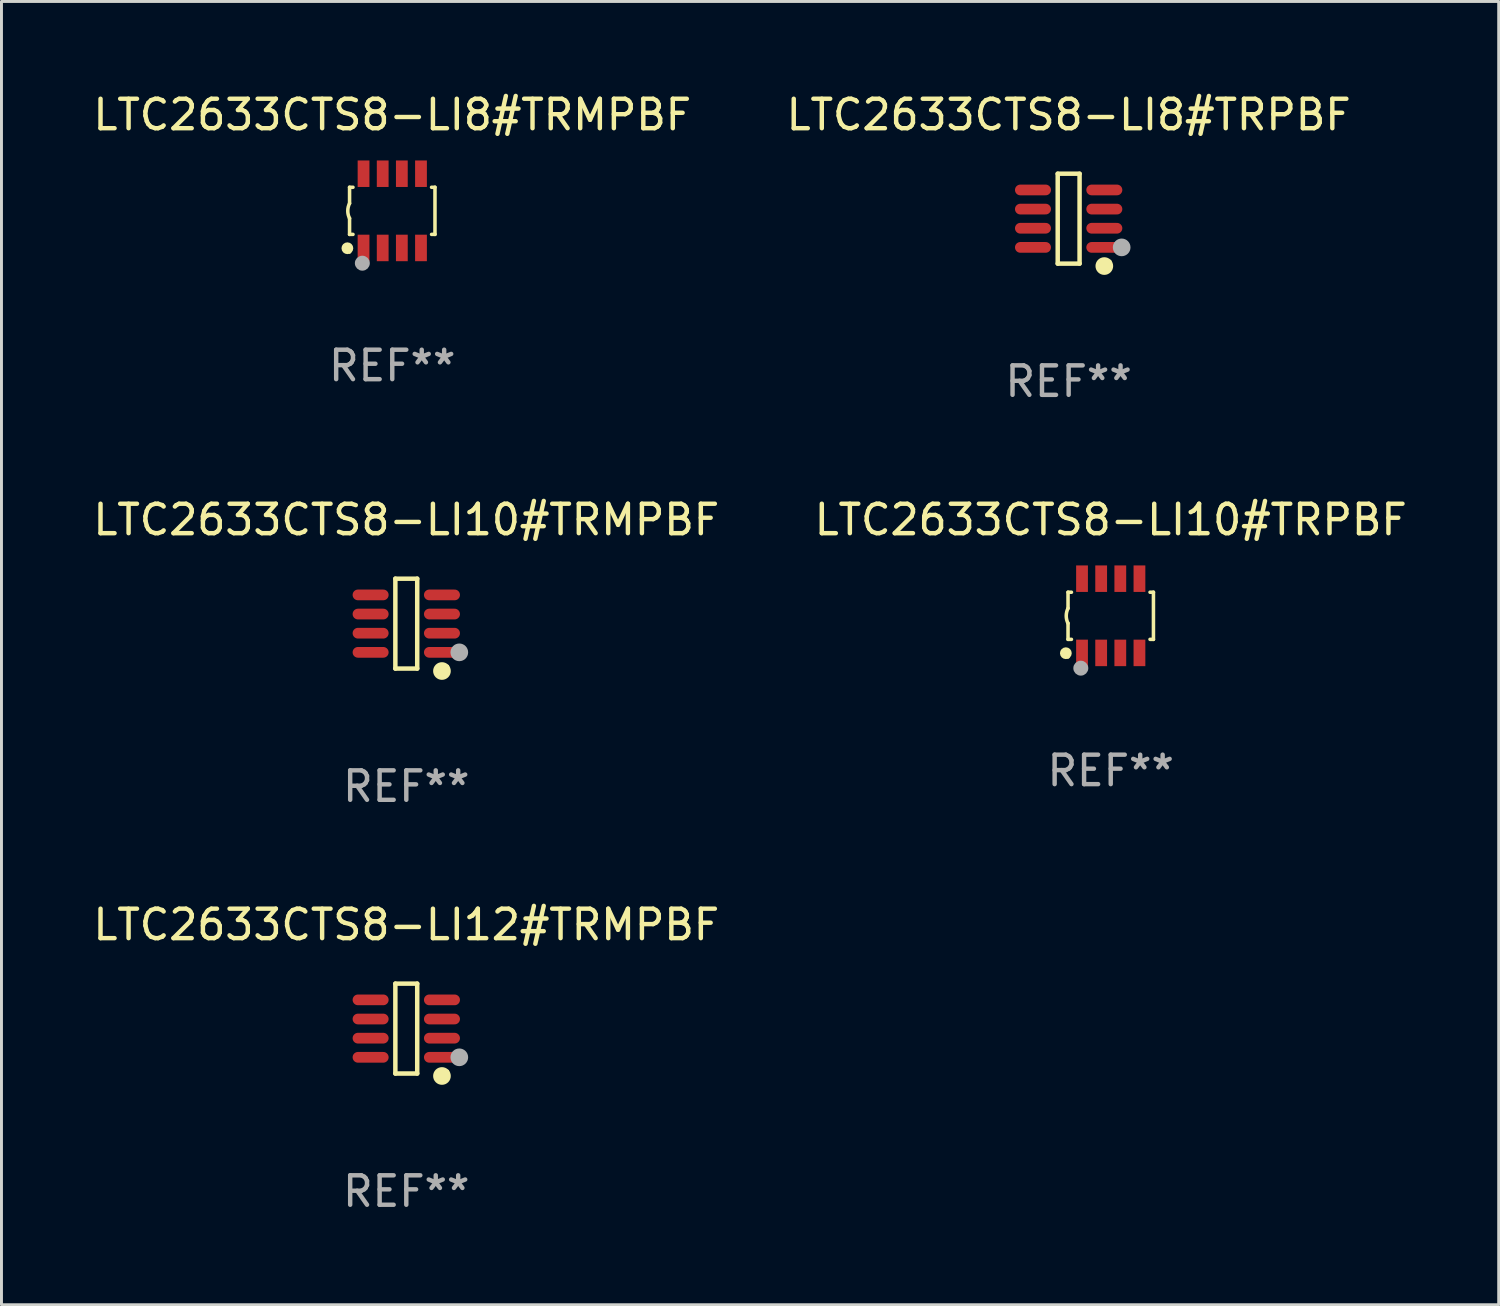
<source format=kicad_pcb>
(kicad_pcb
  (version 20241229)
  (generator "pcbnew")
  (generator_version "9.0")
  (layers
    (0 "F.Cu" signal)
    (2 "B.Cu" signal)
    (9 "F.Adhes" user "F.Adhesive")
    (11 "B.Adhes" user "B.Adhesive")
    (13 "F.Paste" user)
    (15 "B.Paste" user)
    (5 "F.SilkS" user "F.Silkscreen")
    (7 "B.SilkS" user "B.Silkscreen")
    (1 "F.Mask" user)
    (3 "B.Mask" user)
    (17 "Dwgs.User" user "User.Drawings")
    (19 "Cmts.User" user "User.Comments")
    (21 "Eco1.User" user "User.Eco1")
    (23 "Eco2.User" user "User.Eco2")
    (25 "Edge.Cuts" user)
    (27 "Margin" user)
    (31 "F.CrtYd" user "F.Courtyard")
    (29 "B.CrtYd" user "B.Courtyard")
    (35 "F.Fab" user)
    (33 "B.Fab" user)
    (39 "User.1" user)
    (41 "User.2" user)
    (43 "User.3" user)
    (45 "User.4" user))
  (footprint "LTC2633CTS8-LI10#TRMPBF"
    (layer "F.Cu")
    (at 10.744 18.123)
    (property "Reference" "LTC2633CTS8-LI10#TRMPBF" (at 0 -3.526 0) (layer "F.SilkS") (effects (font (size 1 1) (thickness 0.15))))
    (attr through_hole)
    (fp_line (start -0.371 -1.526) (end 0.371 -1.526) (stroke (width 0.152) (type solid)) (layer "F.SilkS"))
    (fp_line (start -0.371 1.526) (end -0.371 -1.526) (stroke (width 0.152) (type solid)) (layer "F.SilkS"))
    (fp_line (start 0.371 -1.526) (end 0.371 1.526) (stroke (width 0.152) (type solid)) (layer "F.SilkS"))
    (fp_line (start 0.371 1.526) (end -0.371 1.526) (stroke (width 0.152) (type solid)) (layer "F.SilkS"))
    (fp_circle (center 1.211 1.609) (end 1.361 1.609) (stroke (width 0.3) (type solid)) (fill no) (layer "F.SilkS"))
    (fp_circle (center 1.4 1.45) (end 1.43 1.45) (stroke (width 0.06) (type solid)) (fill no) (layer "F.SilkS"))
    (fp_circle (center 1.8 0.975) (end 1.95 0.975) (stroke (width 0.3) (type solid)) (fill no) (layer "F.Fab"))
    (fp_text user "REF**" (at 0 5.526 0) (layer "F.Fab") (effects (font (size 1 1) (thickness 0.15))))
    (pad "1" smd oval (at 1.211 0.975) (size 1.222 0.364) (layers "F.Cu" "F.Mask" "F.Paste"))
    (pad "2" smd oval (at 1.211 0.325) (size 1.222 0.364) (layers "F.Cu" "F.Mask" "F.Paste"))
    (pad "3" smd oval (at 1.211 -0.325) (size 1.222 0.364) (layers "F.Cu" "F.Mask" "F.Paste"))
    (pad "4" smd oval (at 1.211 -0.975) (size 1.222 0.364) (layers "F.Cu" "F.Mask" "F.Paste"))
    (pad "5" smd oval (at -1.211 -0.975) (size 1.222 0.364) (layers "F.Cu" "F.Mask" "F.Paste"))
    (pad "6" smd oval (at -1.211 -0.325) (size 1.222 0.364) (layers "F.Cu" "F.Mask" "F.Paste"))
    (pad "7" smd oval (at -1.211 0.325) (size 1.222 0.364) (layers "F.Cu" "F.Mask" "F.Paste"))
    (pad "8" smd oval (at -1.211 0.975) (size 1.222 0.364) (layers "F.Cu" "F.Mask" "F.Paste")))
  (footprint "LTC2633CTS8-LI12#TRMPBF"
    (layer "F.Cu")
    (at 10.744 31.872)
    (property "Reference" "LTC2633CTS8-LI12#TRMPBF" (at 0 -3.526 0) (layer "F.SilkS") (effects (font (size 1 1) (thickness 0.15))))
    (attr through_hole)
    (fp_line (start -0.371 -1.526) (end 0.371 -1.526) (stroke (width 0.152) (type solid)) (layer "F.SilkS"))
    (fp_line (start -0.371 1.526) (end -0.371 -1.526) (stroke (width 0.152) (type solid)) (layer "F.SilkS"))
    (fp_line (start 0.371 -1.526) (end 0.371 1.526) (stroke (width 0.152) (type solid)) (layer "F.SilkS"))
    (fp_line (start 0.371 1.526) (end -0.371 1.526) (stroke (width 0.152) (type solid)) (layer "F.SilkS"))
    (fp_circle (center 1.211 1.609) (end 1.361 1.609) (stroke (width 0.3) (type solid)) (fill no) (layer "F.SilkS"))
    (fp_circle (center 1.4 1.45) (end 1.43 1.45) (stroke (width 0.06) (type solid)) (fill no) (layer "F.SilkS"))
    (fp_circle (center 1.8 0.975) (end 1.95 0.975) (stroke (width 0.3) (type solid)) (fill no) (layer "F.Fab"))
    (fp_text user "REF**" (at 0 5.526 0) (layer "F.Fab") (effects (font (size 1 1) (thickness 0.15))))
    (pad "1" smd oval (at 1.211 0.975) (size 1.222 0.364) (layers "F.Cu" "F.Mask" "F.Paste"))
    (pad "2" smd oval (at 1.211 0.325) (size 1.222 0.364) (layers "F.Cu" "F.Mask" "F.Paste"))
    (pad "3" smd oval (at 1.211 -0.325) (size 1.222 0.364) (layers "F.Cu" "F.Mask" "F.Paste"))
    (pad "4" smd oval (at 1.211 -0.975) (size 1.222 0.364) (layers "F.Cu" "F.Mask" "F.Paste"))
    (pad "5" smd oval (at -1.211 -0.975) (size 1.222 0.364) (layers "F.Cu" "F.Mask" "F.Paste"))
    (pad "6" smd oval (at -1.211 -0.325) (size 1.222 0.364) (layers "F.Cu" "F.Mask" "F.Paste"))
    (pad "7" smd oval (at -1.211 0.325) (size 1.222 0.364) (layers "F.Cu" "F.Mask" "F.Paste"))
    (pad "8" smd oval (at -1.211 0.975) (size 1.222 0.364) (layers "F.Cu" "F.Mask" "F.Paste")))
  (footprint "LTC2633CTS8-LI10#TRPBF"
    (layer "F.Cu")
    (at 34.661 17.857)
    (property "Reference" "LTC2633CTS8-LI10#TRPBF" (at 0 -3.26 0) (layer "F.SilkS") (effects (font (size 1 1) (thickness 0.15))))
    (attr through_hole)
    (fp_line (start -1.45 -0.8) (end -1.45 -0.254) (stroke (width 0.12) (type solid)) (layer "F.SilkS"))
    (fp_line (start -1.45 -0.8) (end -1.334 -0.8) (stroke (width 0.12) (type solid)) (layer "F.SilkS"))
    (fp_line (start -1.45 0.8) (end -1.45 0.254) (stroke (width 0.12) (type solid)) (layer "F.SilkS"))
    (fp_line (start -1.45 0.8) (end -1.334 0.8) (stroke (width 0.12) (type solid)) (layer "F.SilkS"))
    (fp_line (start 1.334 -0.8) (end 1.45 -0.8) (stroke (width 0.12) (type solid)) (layer "F.SilkS"))
    (fp_line (start 1.334 0.8) (end 1.45 0.8) (stroke (width 0.12) (type solid)) (layer "F.SilkS"))
    (fp_line (start 1.45 0.8) (end 1.45 -0.8) (stroke (width 0.12) (type solid)) (layer "F.SilkS"))
    (fp_arc (start -1.45075 0.255144) (mid -1.510605 0.000434) (end -1.450013 -0.254102) (stroke (width 0.11999) (type solid)) (layer "F.SilkS"))
    (fp_circle (center -1.524 1.27) (end -1.424 1.27) (stroke (width 0.2) (type solid)) (fill no) (layer "F.SilkS"))
    (fp_circle (center -1.45 1.4) (end -1.42 1.4) (stroke (width 0.06) (type solid)) (fill no) (layer "F.SilkS"))
    (fp_circle (center -1.016 1.778) (end -0.889 1.778) (stroke (width 0.254) (type solid)) (fill no) (layer "F.Fab"))
    (fp_text user "REF**" (at 0 5.26 0) (layer "F.Fab") (effects (font (size 1 1) (thickness 0.15))))
    (pad "1" smd rect (at -0.975 1.26) (size 0.4 0.9) (layers "F.Cu" "F.Mask" "F.Paste"))
    (pad "2" smd rect (at -0.325 1.26) (size 0.4 0.9) (layers "F.Cu" "F.Mask" "F.Paste"))
    (pad "3" smd rect (at 0.325 1.26) (size 0.4 0.9) (layers "F.Cu" "F.Mask" "F.Paste"))
    (pad "4" smd rect (at 0.975 1.26) (size 0.4 0.9) (layers "F.Cu" "F.Mask" "F.Paste"))
    (pad "5" smd rect (at 0.975 -1.26) (size 0.4 0.9) (layers "F.Cu" "F.Mask" "F.Paste"))
    (pad "6" smd rect (at 0.325 -1.26) (size 0.4 0.9) (layers "F.Cu" "F.Mask" "F.Paste"))
    (pad "7" smd rect (at -0.325 -1.26) (size 0.4 0.9) (layers "F.Cu" "F.Mask" "F.Paste"))
    (pad "8" smd rect (at -0.975 -1.26) (size 0.4 0.9) (layers "F.Cu" "F.Mask" "F.Paste")))
  (footprint "LTC2633CTS8-LI8#TRMPBF"
    (layer "F.Cu")
    (at 10.268 4.108)
    (property "Reference" "LTC2633CTS8-LI8#TRMPBF" (at 0 -3.26 0) (layer "F.SilkS") (effects (font (size 1 1) (thickness 0.15))))
    (attr through_hole)
    (fp_line (start -1.45 -0.8) (end -1.45 -0.254) (stroke (width 0.12) (type solid)) (layer "F.SilkS"))
    (fp_line (start -1.45 -0.8) (end -1.334 -0.8) (stroke (width 0.12) (type solid)) (layer "F.SilkS"))
    (fp_line (start -1.45 0.8) (end -1.45 0.254) (stroke (width 0.12) (type solid)) (layer "F.SilkS"))
    (fp_line (start -1.45 0.8) (end -1.334 0.8) (stroke (width 0.12) (type solid)) (layer "F.SilkS"))
    (fp_line (start 1.334 -0.8) (end 1.45 -0.8) (stroke (width 0.12) (type solid)) (layer "F.SilkS"))
    (fp_line (start 1.334 0.8) (end 1.45 0.8) (stroke (width 0.12) (type solid)) (layer "F.SilkS"))
    (fp_line (start 1.45 0.8) (end 1.45 -0.8) (stroke (width 0.12) (type solid)) (layer "F.SilkS"))
    (fp_arc (start -1.45075 0.255144) (mid -1.510605 0.000434) (end -1.450013 -0.254102) (stroke (width 0.11999) (type solid)) (layer "F.SilkS"))
    (fp_circle (center -1.524 1.27) (end -1.424 1.27) (stroke (width 0.2) (type solid)) (fill no) (layer "F.SilkS"))
    (fp_circle (center -1.45 1.4) (end -1.42 1.4) (stroke (width 0.06) (type solid)) (fill no) (layer "F.SilkS"))
    (fp_circle (center -1.016 1.778) (end -0.889 1.778) (stroke (width 0.254) (type solid)) (fill no) (layer "F.Fab"))
    (fp_text user "REF**" (at 0 5.26 0) (layer "F.Fab") (effects (font (size 1 1) (thickness 0.15))))
    (pad "1" smd rect (at -0.975 1.26) (size 0.4 0.9) (layers "F.Cu" "F.Mask" "F.Paste"))
    (pad "2" smd rect (at -0.325 1.26) (size 0.4 0.9) (layers "F.Cu" "F.Mask" "F.Paste"))
    (pad "3" smd rect (at 0.325 1.26) (size 0.4 0.9) (layers "F.Cu" "F.Mask" "F.Paste"))
    (pad "4" smd rect (at 0.975 1.26) (size 0.4 0.9) (layers "F.Cu" "F.Mask" "F.Paste"))
    (pad "5" smd rect (at 0.975 -1.26) (size 0.4 0.9) (layers "F.Cu" "F.Mask" "F.Paste"))
    (pad "6" smd rect (at 0.325 -1.26) (size 0.4 0.9) (layers "F.Cu" "F.Mask" "F.Paste"))
    (pad "7" smd rect (at -0.325 -1.26) (size 0.4 0.9) (layers "F.Cu" "F.Mask" "F.Paste"))
    (pad "8" smd rect (at -0.975 -1.26) (size 0.4 0.9) (layers "F.Cu" "F.Mask" "F.Paste")))
  (footprint "LTC2633CTS8-LI8#TRPBF"
    (layer "F.Cu")
    (at 33.232 4.374)
    (property "Reference" "LTC2633CTS8-LI8#TRPBF" (at 0 -3.526 0) (layer "F.SilkS") (effects (font (size 1 1) (thickness 0.15))))
    (attr through_hole)
    (fp_line (start -0.371 -1.526) (end 0.371 -1.526) (stroke (width 0.152) (type solid)) (layer "F.SilkS"))
    (fp_line (start -0.371 1.526) (end -0.371 -1.526) (stroke (width 0.152) (type solid)) (layer "F.SilkS"))
    (fp_line (start 0.371 -1.526) (end 0.371 1.526) (stroke (width 0.152) (type solid)) (layer "F.SilkS"))
    (fp_line (start 0.371 1.526) (end -0.371 1.526) (stroke (width 0.152) (type solid)) (layer "F.SilkS"))
    (fp_circle (center 1.211 1.609) (end 1.361 1.609) (stroke (width 0.3) (type solid)) (fill no) (layer "F.SilkS"))
    (fp_circle (center 1.4 1.45) (end 1.43 1.45) (stroke (width 0.06) (type solid)) (fill no) (layer "F.SilkS"))
    (fp_circle (center 1.8 0.975) (end 1.95 0.975) (stroke (width 0.3) (type solid)) (fill no) (layer "F.Fab"))
    (fp_text user "REF**" (at 0 5.526 0) (layer "F.Fab") (effects (font (size 1 1) (thickness 0.15))))
    (pad "1" smd oval (at 1.211 0.975) (size 1.222 0.364) (layers "F.Cu" "F.Mask" "F.Paste"))
    (pad "2" smd oval (at 1.211 0.325) (size 1.222 0.364) (layers "F.Cu" "F.Mask" "F.Paste"))
    (pad "3" smd oval (at 1.211 -0.325) (size 1.222 0.364) (layers "F.Cu" "F.Mask" "F.Paste"))
    (pad "4" smd oval (at 1.211 -0.975) (size 1.222 0.364) (layers "F.Cu" "F.Mask" "F.Paste"))
    (pad "5" smd oval (at -1.211 -0.975) (size 1.222 0.364) (layers "F.Cu" "F.Mask" "F.Paste"))
    (pad "6" smd oval (at -1.211 -0.325) (size 1.222 0.364) (layers "F.Cu" "F.Mask" "F.Paste"))
    (pad "7" smd oval (at -1.211 0.325) (size 1.222 0.364) (layers "F.Cu" "F.Mask" "F.Paste"))
    (pad "8" smd oval (at -1.211 0.975) (size 1.222 0.364) (layers "F.Cu" "F.Mask" "F.Paste")))
  (gr_rect
    (start -3 -3)
    (end 47.833 41.247)
    (stroke (width 0.1) (type default))
    (fill no)
    (layer "Edge.Cuts")))
</source>
